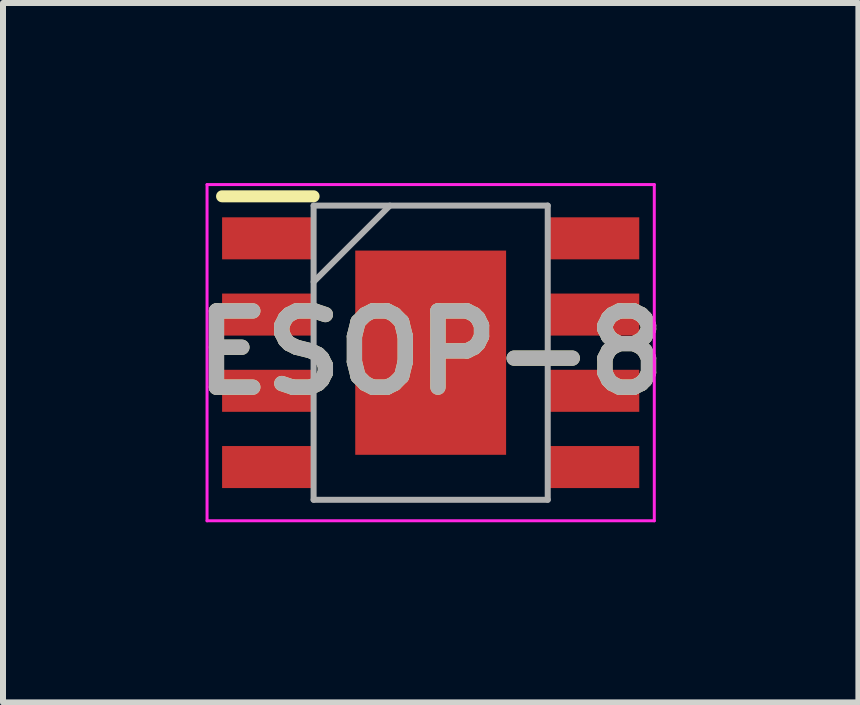
<source format=kicad_pcb>
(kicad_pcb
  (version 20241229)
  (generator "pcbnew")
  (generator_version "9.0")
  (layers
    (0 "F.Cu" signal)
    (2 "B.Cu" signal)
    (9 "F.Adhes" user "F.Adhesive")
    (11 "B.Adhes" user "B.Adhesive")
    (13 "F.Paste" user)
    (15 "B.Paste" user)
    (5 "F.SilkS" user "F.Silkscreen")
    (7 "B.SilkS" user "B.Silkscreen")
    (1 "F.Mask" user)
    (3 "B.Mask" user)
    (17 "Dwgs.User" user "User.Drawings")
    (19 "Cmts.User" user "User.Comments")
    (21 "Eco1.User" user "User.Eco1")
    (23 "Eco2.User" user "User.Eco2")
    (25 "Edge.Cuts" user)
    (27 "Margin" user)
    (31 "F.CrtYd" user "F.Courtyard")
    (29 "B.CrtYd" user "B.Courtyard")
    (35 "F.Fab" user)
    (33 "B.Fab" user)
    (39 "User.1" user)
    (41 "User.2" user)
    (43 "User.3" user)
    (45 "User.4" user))
  (footprint "ESOP-8"
    (layer "F.Cu")
    (at 4.124 2.825)
    (property "Reference" "ESOP-8" (at 0 0 0) (layer "F.SilkS") (effects (font (size 1.27 1.27) (thickness 0.254))))
    (attr smd)
    (fp_line (start -3.475 -2.605) (end -1.95 -2.605) (stroke (width 0.2) (type solid)) (layer "F.SilkS"))
    (fp_line (start -3.725 -2.8) (end 3.725 -2.8) (stroke (width 0.05) (type solid)) (layer "F.CrtYd"))
    (fp_line (start -3.725 2.8) (end -3.725 -2.8) (stroke (width 0.05) (type solid)) (layer "F.CrtYd"))
    (fp_line (start 3.725 -2.8) (end 3.725 2.8) (stroke (width 0.05) (type solid)) (layer "F.CrtYd"))
    (fp_line (start 3.725 2.8) (end -3.725 2.8) (stroke (width 0.05) (type solid)) (layer "F.CrtYd"))
    (fp_line (start -1.95 -2.45) (end 1.95 -2.45) (stroke (width 0.1) (type solid)) (layer "F.Fab"))
    (fp_line (start -1.95 -1.18) (end -0.68 -2.45) (stroke (width 0.1) (type solid)) (layer "F.Fab"))
    (fp_line (start -1.95 2.45) (end -1.95 -2.45) (stroke (width 0.1) (type solid)) (layer "F.Fab"))
    (fp_line (start 1.95 -2.45) (end 1.95 2.45) (stroke (width 0.1) (type solid)) (layer "F.Fab"))
    (fp_line (start 1.95 2.45) (end -1.95 2.45) (stroke (width 0.1) (type solid)) (layer "F.Fab"))
    (fp_text user "${REFERENCE}" (at 0 0 0) (layer "F.Fab") (effects (font (size 1.27 1.27) (thickness 0.254))))
    (pad "1" smd rect (at -2.712 -1.905 90) (size 0.7 1.525) (layers "F.Cu" "F.Mask" "F.Paste"))
    (pad "2" smd rect (at -2.712 -0.635 90) (size 0.7 1.525) (layers "F.Cu" "F.Mask" "F.Paste"))
    (pad "3" smd rect (at -2.712 0.635 90) (size 0.7 1.525) (layers "F.Cu" "F.Mask" "F.Paste"))
    (pad "4" smd rect (at -2.712 1.905 90) (size 0.7 1.525) (layers "F.Cu" "F.Mask" "F.Paste"))
    (pad "5" smd rect (at 2.712 1.905 90) (size 0.7 1.525) (layers "F.Cu" "F.Mask" "F.Paste"))
    (pad "6" smd rect (at 2.712 0.635 90) (size 0.7 1.525) (layers "F.Cu" "F.Mask" "F.Paste"))
    (pad "7" smd rect (at 2.712 -0.635 90) (size 0.7 1.525) (layers "F.Cu" "F.Mask" "F.Paste"))
    (pad "8" smd rect (at 2.712 -1.905 90) (size 0.7 1.525) (layers "F.Cu" "F.Mask" "F.Paste"))
    (pad "9" smd rect (at 0 0) (size 2.513 3.402) (layers "F.Cu" "F.Mask" "F.Paste")))
  (gr_rect
    (start -3 -3)
    (end 11.249 8.65)
    (stroke (width 0.1) (type default))
    (fill no)
    (layer "Edge.Cuts")))
</source>
